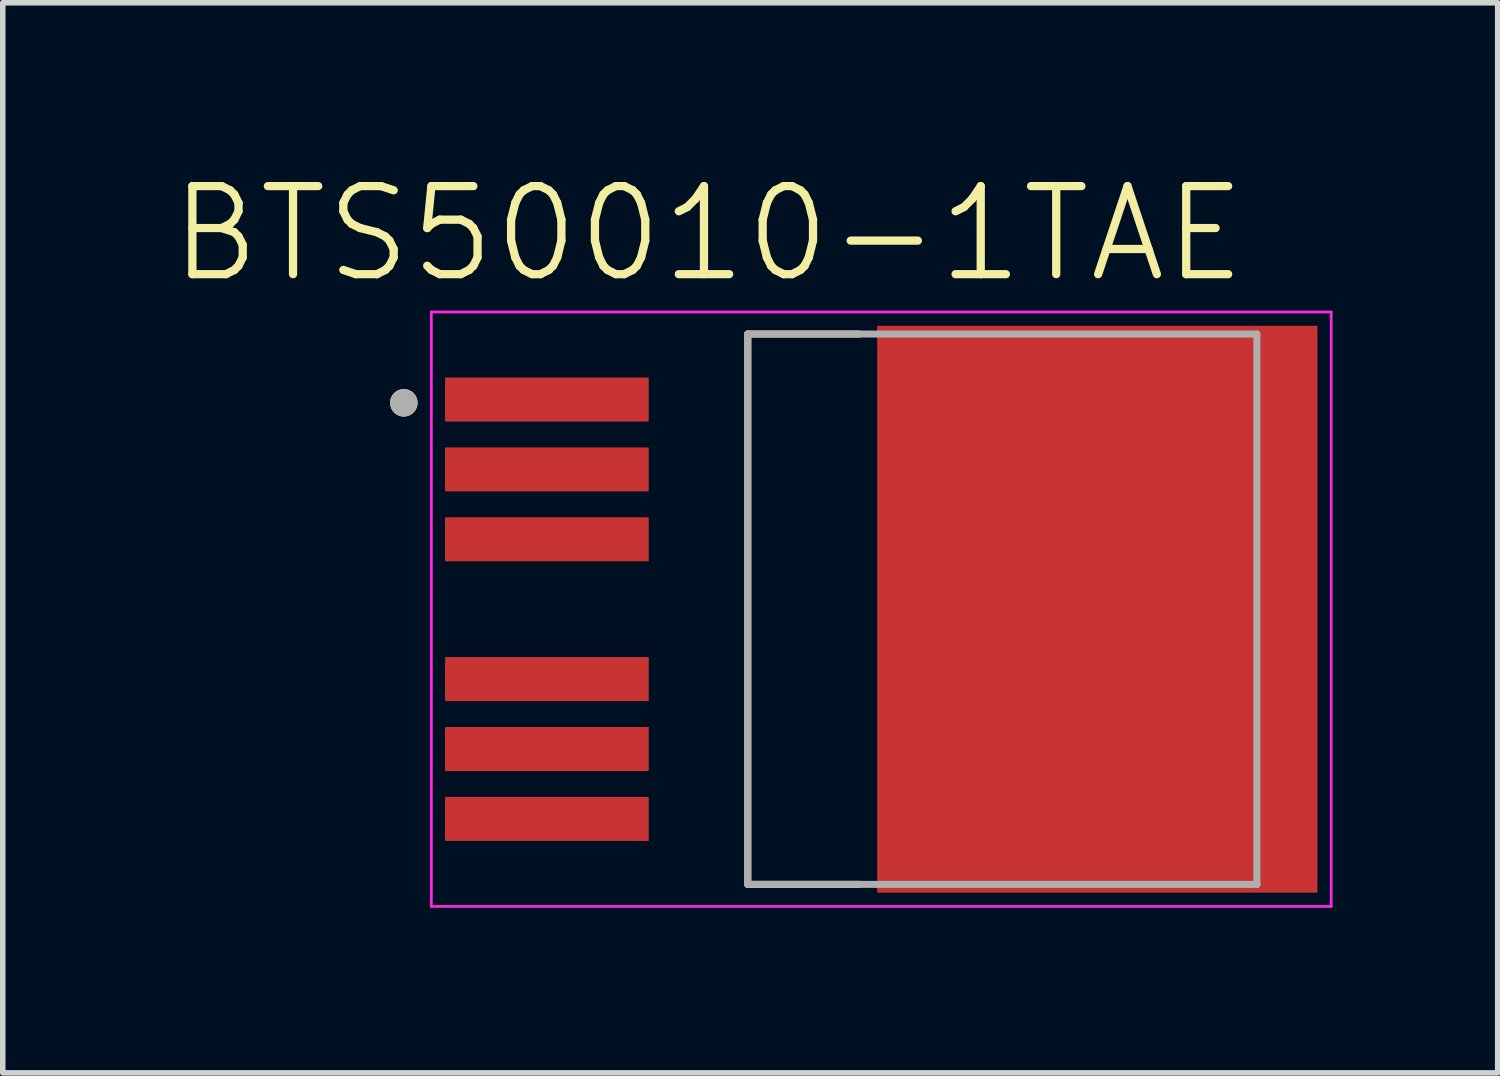
<source format=kicad_pcb>
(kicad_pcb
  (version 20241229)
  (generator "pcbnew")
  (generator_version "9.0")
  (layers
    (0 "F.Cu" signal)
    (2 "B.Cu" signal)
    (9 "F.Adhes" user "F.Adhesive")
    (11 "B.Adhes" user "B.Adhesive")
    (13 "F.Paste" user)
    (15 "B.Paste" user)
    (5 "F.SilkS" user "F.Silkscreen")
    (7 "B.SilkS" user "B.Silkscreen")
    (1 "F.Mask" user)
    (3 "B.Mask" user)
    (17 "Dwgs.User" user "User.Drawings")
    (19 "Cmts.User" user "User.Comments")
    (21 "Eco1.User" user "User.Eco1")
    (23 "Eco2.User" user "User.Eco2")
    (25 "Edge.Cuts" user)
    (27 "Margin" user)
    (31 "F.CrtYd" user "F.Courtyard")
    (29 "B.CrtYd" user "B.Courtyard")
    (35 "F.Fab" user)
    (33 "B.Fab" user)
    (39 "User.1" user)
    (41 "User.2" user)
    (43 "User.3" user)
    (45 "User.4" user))
  (footprint "BTS50010-1TAE"
    (layer "F.Cu")
    (at 12.962 8.019)
    (property "Reference" "BTS50010-1TAE" (at -3.145 -6.82 0) (layer "F.SilkS") (effects (font (size 1.6 1.6) (thickness 0.15))))
    (attr smd)
    (fp_line (start -2.425 -5) (end -0.395 -5) (stroke (width 0.127) (type solid)) (layer "F.SilkS"))
    (fp_line (start -2.425 5) (end -2.425 -5) (stroke (width 0.127) (type solid)) (layer "F.SilkS"))
    (fp_line (start -2.425 5) (end -0.395 5) (stroke (width 0.127) (type solid)) (layer "F.SilkS"))
    (fp_circle (center -8.675 -3.75) (end -8.55 -3.75) (stroke (width 0.25) (type solid)) (fill no) (layer "F.SilkS"))
    (fp_poly (pts (xy 1.395 -3.26) (xy 6.455 -3.26) (xy 6.455 3.26) (xy 1.395 3.26)) (stroke (width 0.01) (type solid)) (fill yes) (layer "F.Paste"))
    (fp_line (start -8.175 -5.4) (end 8.175 -5.4) (stroke (width 0.05) (type solid)) (layer "F.CrtYd"))
    (fp_line (start -8.175 5.4) (end -8.175 -5.4) (stroke (width 0.05) (type solid)) (layer "F.CrtYd"))
    (fp_line (start -8.175 5.4) (end 8.175 5.4) (stroke (width 0.05) (type solid)) (layer "F.CrtYd"))
    (fp_line (start 8.175 5.4) (end 8.175 -5.4) (stroke (width 0.05) (type solid)) (layer "F.CrtYd"))
    (fp_line (start -2.425 -5) (end 6.825 -5) (stroke (width 0.127) (type solid)) (layer "F.Fab"))
    (fp_line (start -2.425 5) (end -2.425 -5) (stroke (width 0.127) (type solid)) (layer "F.Fab"))
    (fp_line (start -2.425 5) (end 6.825 5) (stroke (width 0.127) (type solid)) (layer "F.Fab"))
    (fp_line (start 6.825 5) (end 6.825 -5) (stroke (width 0.127) (type solid)) (layer "F.Fab"))
    (fp_circle (center -8.675 -3.75) (end -8.55 -3.75) (stroke (width 0.25) (type solid)) (fill no) (layer "F.Fab"))
    (pad "1" smd rect (at -6.075 -3.81) (size 3.7 0.8) (layers "F.Cu" "F.Mask" "F.Paste"))
    (pad "2" smd rect (at -6.075 -2.54) (size 3.7 0.8) (layers "F.Cu" "F.Mask" "F.Paste"))
    (pad "3" smd rect (at -6.075 -1.27) (size 3.7 0.8) (layers "F.Cu" "F.Mask" "F.Paste"))
    (pad "5" smd rect (at -6.075 1.27) (size 3.7 0.8) (layers "F.Cu" "F.Mask" "F.Paste"))
    (pad "6" smd rect (at -6.075 2.54) (size 3.7 0.8) (layers "F.Cu" "F.Mask" "F.Paste"))
    (pad "7" smd rect (at -6.075 3.81) (size 3.7 0.8) (layers "F.Cu" "F.Mask" "F.Paste"))
    (pad "8" smd rect (at 3.925 0 90) (size 10.3 8) (layers "F.Cu" "F.Mask")))
  (gr_rect
    (start -3 -3)
    (end 24.162 16.444)
    (stroke (width 0.1) (type default))
    (fill no)
    (layer "Edge.Cuts")))
</source>
